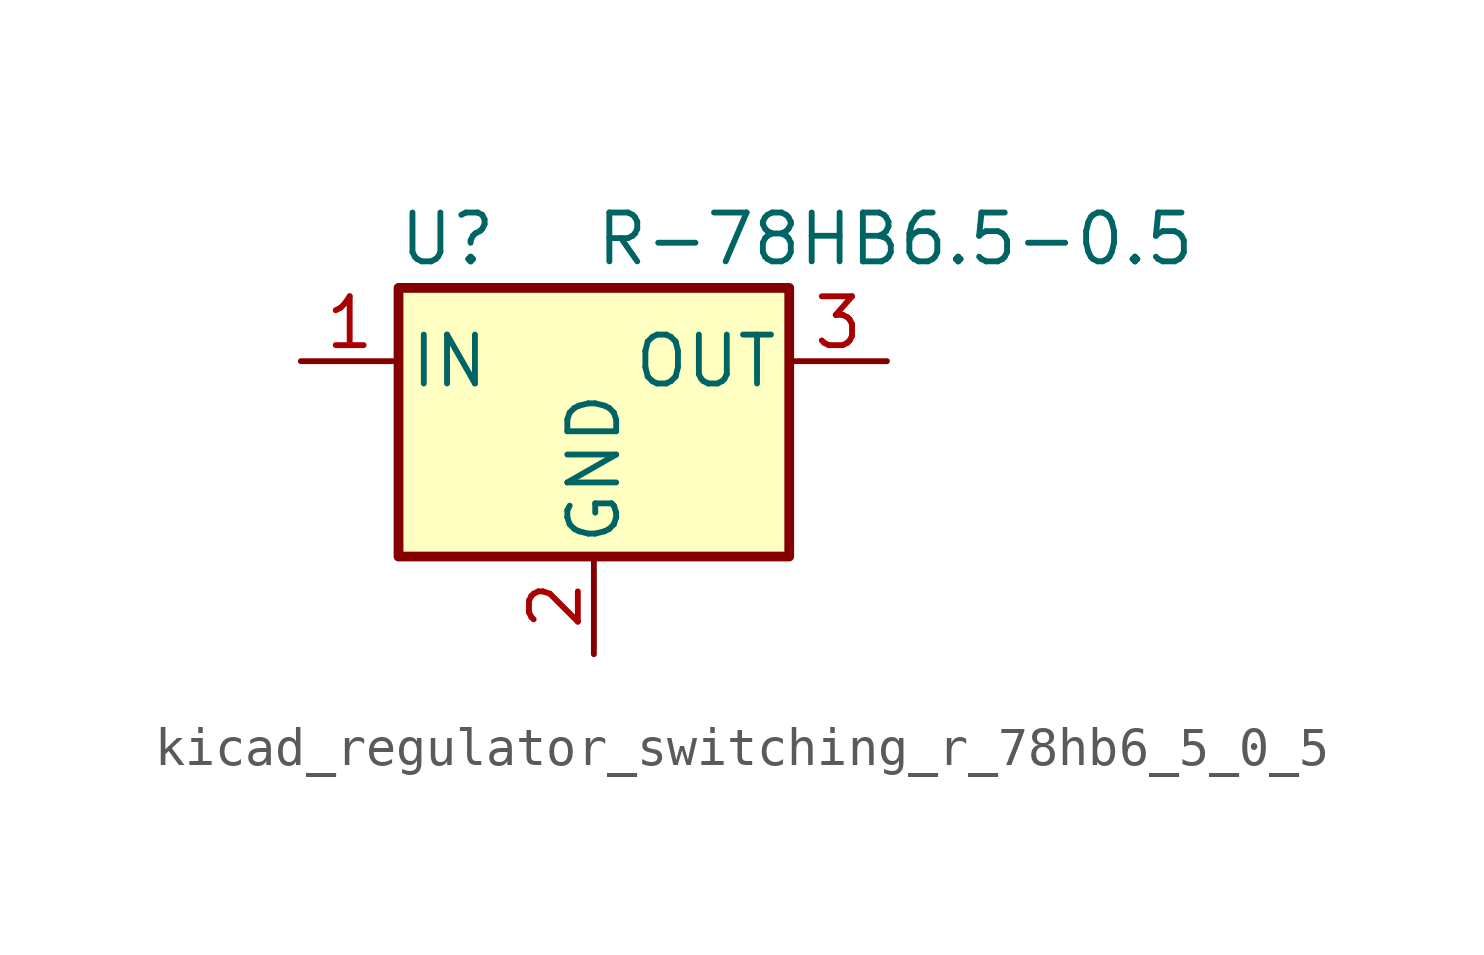
<source format=kicad_sym>
(kicad_symbol_lib
  (version 20220914)
  (generator kicad_symbol_editor)
  (symbol "kicad_regulator_switching_r_78hb6_5_0_5"
    (pin_names
      (offset 0.254))
    (property "Reference" "U"
      (at -3.81 3.175 0)
      (effects (font (size 1.27 1.27))))
    (property "Value" "R-78HB6.5-0.5"
      (at 0 3.175 0)
      (effects (font (size 1.27 1.27)) (justify left)))
    (symbol "kicad_regulator_switching_r_78hb6_5_0_5_0_1"
      (rectangle (start -5.08 1.905) (end 5.08 -5.08) (stroke (width 0.254) (type default)) (fill (type background))))
    (symbol "kicad_regulator_switching_r_78hb6_5_0_5_1_1"
      (pin power_in line (at -7.62 0 0) (length 2.54) (name "IN" (effects (font (size 1.27 1.27)))) (number "1" (effects (font (size 1.27 1.27)))))
      (pin power_in line (at 0 -7.62 90) (length 2.54) (name "GND" (effects (font (size 1.27 1.27)))) (number "2" (effects (font (size 1.27 1.27)))))
      (pin power_out line (at 7.62 0 180) (length 2.54) (name "OUT" (effects (font (size 1.27 1.27)))) (number "3" (effects (font (size 1.27 1.27))))))))
</source>
